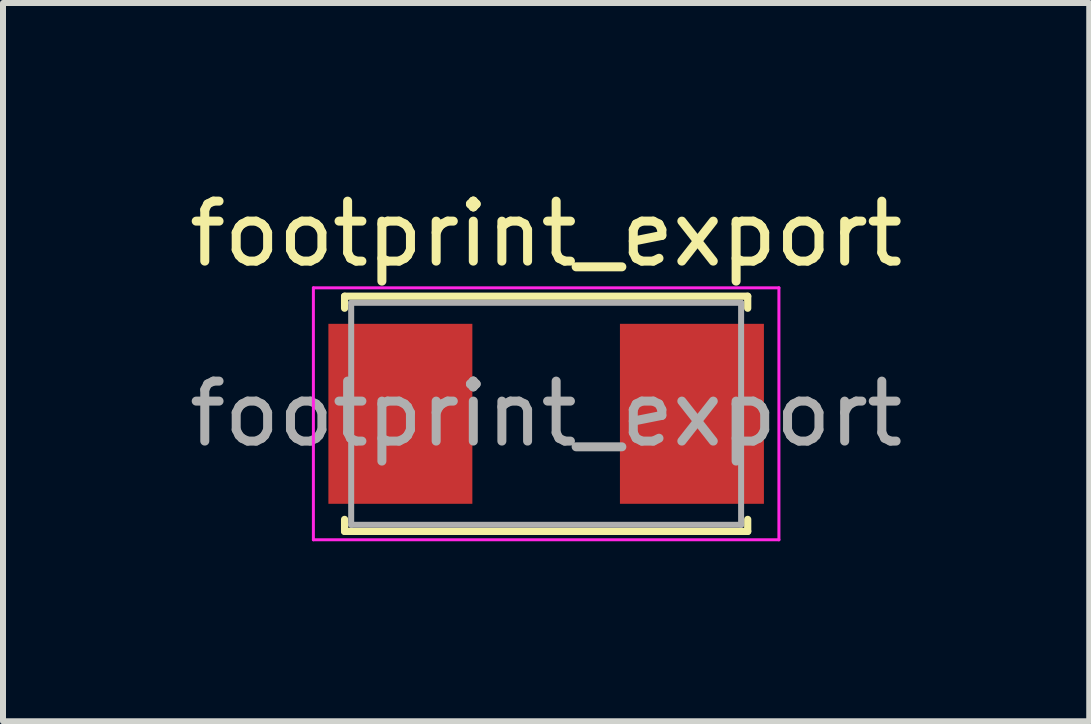
<source format=kicad_pcb>
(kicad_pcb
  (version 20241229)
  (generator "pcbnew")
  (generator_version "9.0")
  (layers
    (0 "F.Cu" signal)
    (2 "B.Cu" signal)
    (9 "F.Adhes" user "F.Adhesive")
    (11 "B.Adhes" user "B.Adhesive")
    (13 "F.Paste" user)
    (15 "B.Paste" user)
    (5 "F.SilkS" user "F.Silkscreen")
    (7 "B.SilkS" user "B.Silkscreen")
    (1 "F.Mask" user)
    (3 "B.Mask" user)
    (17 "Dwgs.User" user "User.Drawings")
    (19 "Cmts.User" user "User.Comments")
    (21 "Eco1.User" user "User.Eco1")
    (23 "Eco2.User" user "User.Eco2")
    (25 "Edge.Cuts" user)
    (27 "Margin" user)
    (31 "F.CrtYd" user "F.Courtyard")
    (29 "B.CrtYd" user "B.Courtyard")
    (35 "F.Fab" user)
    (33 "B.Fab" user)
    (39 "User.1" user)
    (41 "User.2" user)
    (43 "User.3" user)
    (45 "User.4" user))
  (footprint "footprint_export"
    (layer "F.Cu")
    (at 6.054 3.848)
    (property "Reference" "footprint_export" (at 0 -3 0) (layer "F.SilkS") (effects (font (size 1 1) (thickness 0.15))))
    (attr smd)
    (fp_line (start -3.36 -1.96) (end -3.36 -1.76) (stroke (width 0.12) (type solid)) (layer "F.SilkS"))
    (fp_line (start -3.36 -1.96) (end 3.36 -1.96) (stroke (width 0.12) (type solid)) (layer "F.SilkS"))
    (fp_line (start -3.36 1.76) (end -3.36 1.96) (stroke (width 0.12) (type solid)) (layer "F.SilkS"))
    (fp_line (start -3.36 1.96) (end 3.36 1.96) (stroke (width 0.12) (type solid)) (layer "F.SilkS"))
    (fp_line (start 3.36 -1.96) (end 3.36 -1.76) (stroke (width 0.12) (type solid)) (layer "F.SilkS"))
    (fp_line (start 3.36 1.76) (end 3.36 1.96) (stroke (width 0.12) (type solid)) (layer "F.SilkS"))
    (fp_line (start -3.88 -2.1) (end -3.88 2.1) (stroke (width 0.05) (type solid)) (layer "F.CrtYd"))
    (fp_line (start -3.88 -2.1) (end 3.88 -2.1) (stroke (width 0.05) (type solid)) (layer "F.CrtYd"))
    (fp_line (start -3.88 2.1) (end 3.88 2.1) (stroke (width 0.05) (type solid)) (layer "F.CrtYd"))
    (fp_line (start 3.88 -2.1) (end 3.88 2.1) (stroke (width 0.05) (type solid)) (layer "F.CrtYd"))
    (fp_line (start -3.25 -1.85) (end -3.25 1.85) (stroke (width 0.1) (type solid)) (layer "F.Fab"))
    (fp_line (start -3.25 -1.85) (end 3.25 -1.85) (stroke (width 0.1) (type solid)) (layer "F.Fab"))
    (fp_line (start -3.25 1.85) (end 3.25 1.85) (stroke (width 0.1) (type solid)) (layer "F.Fab"))
    (fp_line (start 3.25 -1.85) (end 3.25 1.85) (stroke (width 0.1) (type solid)) (layer "F.Fab"))
    (fp_text user "${REFERENCE}" (at 0 0 0) (layer "F.Fab") (effects (font (size 1 1) (thickness 0.15))))
    (pad "1" smd rect (at -2.43 0) (size 2.4 3) (layers "F.Cu" "F.Mask" "F.Paste"))
    (pad "2" smd rect (at 2.43 0) (size 2.4 3) (layers "F.Cu" "F.Mask" "F.Paste")))
  (gr_rect
    (start -3 -3)
    (end 15.107 8.973)
    (stroke (width 0.1) (type default))
    (fill no)
    (layer "Edge.Cuts")))
</source>
